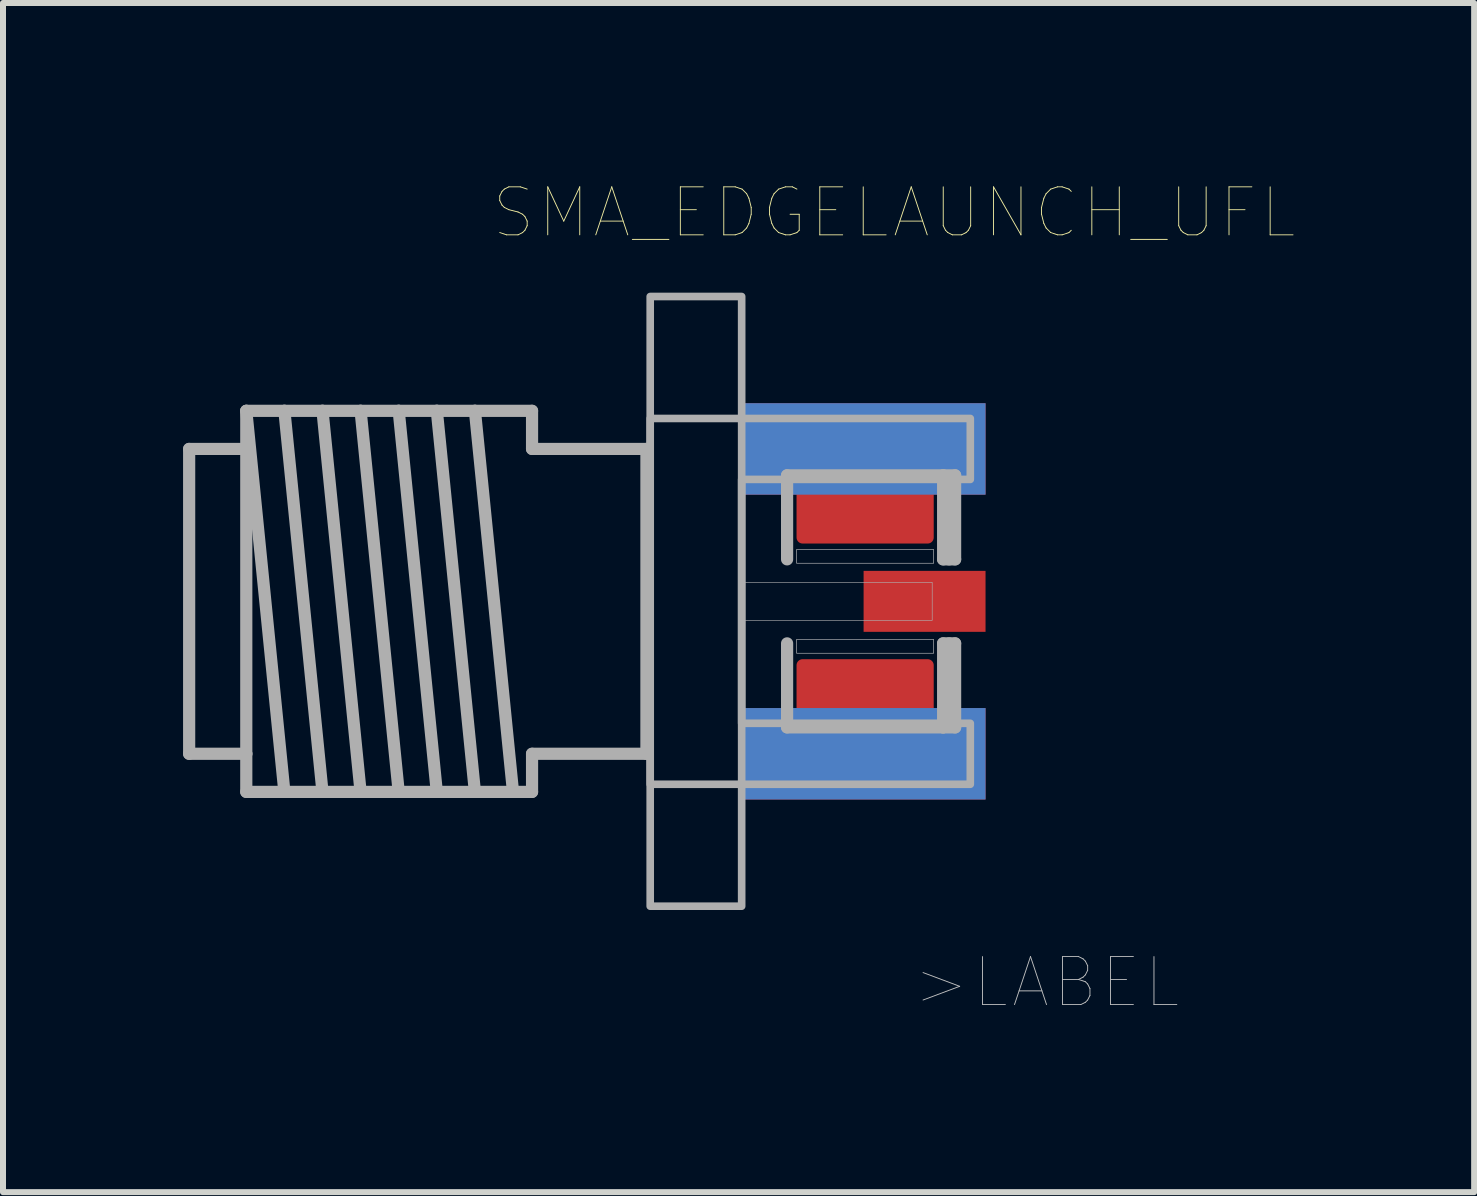
<source format=kicad_pcb>
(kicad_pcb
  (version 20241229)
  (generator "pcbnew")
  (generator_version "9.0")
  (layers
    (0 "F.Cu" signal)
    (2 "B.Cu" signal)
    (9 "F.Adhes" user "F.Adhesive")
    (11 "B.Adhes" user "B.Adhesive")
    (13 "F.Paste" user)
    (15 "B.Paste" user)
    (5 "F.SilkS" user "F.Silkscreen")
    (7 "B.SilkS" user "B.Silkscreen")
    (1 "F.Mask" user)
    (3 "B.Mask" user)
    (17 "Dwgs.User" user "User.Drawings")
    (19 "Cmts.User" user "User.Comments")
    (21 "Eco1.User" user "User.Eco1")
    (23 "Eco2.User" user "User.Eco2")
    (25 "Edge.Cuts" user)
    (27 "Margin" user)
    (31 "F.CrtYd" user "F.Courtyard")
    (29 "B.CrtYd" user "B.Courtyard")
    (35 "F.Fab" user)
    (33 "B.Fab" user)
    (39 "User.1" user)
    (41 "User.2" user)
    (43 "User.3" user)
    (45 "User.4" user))
  (footprint "SMA_EDGELAUNCH_UFL"
    (layer "F.Cu")
    (at 9.309 6.971)
    (property "Reference" "SMA_EDGELAUNCH_UFL" (at 2.54 -6.477 0) (layer "F.SilkS") (effects (font (size 0.8 0.8) (thickness 0.015))))
    (attr through_hole)
    (fp_poly (pts (xy 1.016 -1.065) (xy 1.016 -3.175) (xy 3.099 -3.175) (xy 3.099 -1.065)) (stroke (width 0.203) (type solid)) (fill yes) (layer "F.Cu"))
    (fp_poly (pts (xy 3.099 1.065) (xy 3.099 3.175) (xy 1.016 3.175) (xy 1.016 1.065)) (stroke (width 0.203) (type solid)) (fill yes) (layer "F.Cu"))
    (fp_poly (pts (xy 0.889 -1.853) (xy 3.226 -1.853) (xy 3.226 -0.938) (xy 0.889 -0.938)) (stroke (width 0.01) (type solid)) (fill yes) (layer "F.Mask"))
    (fp_poly (pts (xy 0.889 0.938) (xy 3.226 0.938) (xy 3.226 1.853) (xy 0.889 1.853)) (stroke (width 0.01) (type solid)) (fill yes) (layer "F.Mask"))
    (fp_poly (pts (xy 0.991 -1.802) (xy 3.124 -1.802) (xy 3.124 -0.989) (xy 0.991 -0.989)) (stroke (width 0.01) (type solid)) (fill yes) (layer "F.Paste"))
    (fp_poly (pts (xy 0.991 0.989) (xy 3.124 0.989) (xy 3.124 1.802) (xy 0.991 1.802)) (stroke (width 0.01) (type solid)) (fill yes) (layer "F.Paste"))
    (fp_poly (pts (xy 3.2 -0.483) (xy 3.962 -0.483) (xy 3.962 0.483) (xy 3.2 0.483)) (stroke (width 0.01) (type solid)) (fill yes) (layer "F.Paste"))
    (fp_poly (pts (xy 0.914 -0.864) (xy 3.2 -0.864) (xy 3.2 -0.635) (xy 0.914 -0.635)) (stroke (width 0.01) (type solid)) (fill no) (layer "Dwgs.User"))
    (fp_poly (pts (xy 0.914 0.635) (xy 3.2 0.635) (xy 3.2 0.864) (xy 0.914 0.864)) (stroke (width 0.01) (type solid)) (fill no) (layer "Dwgs.User"))
    (fp_line (start -9.207 -2.54) (end -8.255 -2.54) (stroke (width 0.203) (type solid)) (layer "F.Fab"))
    (fp_line (start -9.207 2.54) (end -9.207 -2.54) (stroke (width 0.203) (type solid)) (layer "F.Fab"))
    (fp_line (start -8.255 -3.175) (end -7.62 -3.175) (stroke (width 0.203) (type solid)) (layer "F.Fab"))
    (fp_line (start -8.255 -3.175) (end -7.62 3.175) (stroke (width 0.203) (type solid)) (layer "F.Fab"))
    (fp_line (start -8.255 -2.54) (end -8.255 -3.175) (stroke (width 0.203) (type solid)) (layer "F.Fab"))
    (fp_line (start -8.255 -2.54) (end -8.255 2.54) (stroke (width 0.203) (type solid)) (layer "F.Fab"))
    (fp_line (start -8.255 2.54) (end -9.207 2.54) (stroke (width 0.203) (type solid)) (layer "F.Fab"))
    (fp_line (start -8.255 3.175) (end -8.255 2.54) (stroke (width 0.203) (type solid)) (layer "F.Fab"))
    (fp_line (start -7.62 -3.175) (end -6.985 -3.175) (stroke (width 0.203) (type solid)) (layer "F.Fab"))
    (fp_line (start -7.62 -3.175) (end -6.985 3.175) (stroke (width 0.203) (type solid)) (layer "F.Fab"))
    (fp_line (start -7.62 3.175) (end -8.255 3.175) (stroke (width 0.203) (type solid)) (layer "F.Fab"))
    (fp_line (start -6.985 -3.175) (end -6.35 -3.175) (stroke (width 0.203) (type solid)) (layer "F.Fab"))
    (fp_line (start -6.985 -3.175) (end -6.35 3.175) (stroke (width 0.203) (type solid)) (layer "F.Fab"))
    (fp_line (start -6.985 3.175) (end -7.62 3.175) (stroke (width 0.203) (type solid)) (layer "F.Fab"))
    (fp_line (start -6.35 -3.175) (end -5.715 -3.175) (stroke (width 0.203) (type solid)) (layer "F.Fab"))
    (fp_line (start -6.35 -3.175) (end -5.715 3.175) (stroke (width 0.203) (type solid)) (layer "F.Fab"))
    (fp_line (start -6.35 3.175) (end -6.985 3.175) (stroke (width 0.203) (type solid)) (layer "F.Fab"))
    (fp_line (start -5.715 -3.175) (end -5.08 -3.175) (stroke (width 0.203) (type solid)) (layer "F.Fab"))
    (fp_line (start -5.715 -3.175) (end -5.08 3.175) (stroke (width 0.203) (type solid)) (layer "F.Fab"))
    (fp_line (start -5.715 3.175) (end -6.35 3.175) (stroke (width 0.203) (type solid)) (layer "F.Fab"))
    (fp_line (start -5.08 -3.175) (end -4.445 -3.175) (stroke (width 0.203) (type solid)) (layer "F.Fab"))
    (fp_line (start -5.08 -3.175) (end -4.445 3.175) (stroke (width 0.203) (type solid)) (layer "F.Fab"))
    (fp_line (start -5.08 3.175) (end -5.715 3.175) (stroke (width 0.203) (type solid)) (layer "F.Fab"))
    (fp_line (start -4.445 -3.175) (end -3.81 3.175) (stroke (width 0.203) (type solid)) (layer "F.Fab"))
    (fp_line (start -4.445 -3.175) (end -3.493 -3.175) (stroke (width 0.203) (type solid)) (layer "F.Fab"))
    (fp_line (start -4.445 3.175) (end -5.08 3.175) (stroke (width 0.203) (type solid)) (layer "F.Fab"))
    (fp_line (start -3.493 -3.175) (end -3.493 -2.54) (stroke (width 0.203) (type solid)) (layer "F.Fab"))
    (fp_line (start -3.493 -2.54) (end -1.587 -2.54) (stroke (width 0.203) (type solid)) (layer "F.Fab"))
    (fp_line (start -3.493 2.54) (end -3.493 3.175) (stroke (width 0.203) (type solid)) (layer "F.Fab"))
    (fp_line (start -3.493 3.175) (end -4.445 3.175) (stroke (width 0.203) (type solid)) (layer "F.Fab"))
    (fp_line (start -1.587 -2.54) (end -1.587 2.54) (stroke (width 0.203) (type solid)) (layer "F.Fab"))
    (fp_line (start -1.587 2.54) (end -3.493 2.54) (stroke (width 0.203) (type solid)) (layer "F.Fab"))
    (fp_line (start 0.757 -0.7) (end 0.757 -2.1) (stroke (width 0.203) (type solid)) (layer "F.Fab"))
    (fp_line (start 0.757 2.1) (end 0.757 0.7) (stroke (width 0.203) (type solid)) (layer "F.Fab"))
    (fp_line (start 0.757 2.1) (end 3.357 2.1) (stroke (width 0.203) (type solid)) (layer "F.Fab"))
    (fp_line (start 3.357 -2.1) (end 0.757 -2.1) (stroke (width 0.203) (type solid)) (layer "F.Fab"))
    (fp_line (start 3.357 -0.7) (end 3.357 -2.1) (stroke (width 0.203) (type solid)) (layer "F.Fab"))
    (fp_line (start 3.357 2.1) (end 3.357 0.7) (stroke (width 0.203) (type solid)) (layer "F.Fab"))
    (fp_line (start 3.457 -0.7) (end 3.457 -2) (stroke (width 0.203) (type solid)) (layer "F.Fab"))
    (fp_line (start 3.457 2) (end 3.457 0.7) (stroke (width 0.203) (type solid)) (layer "F.Fab"))
    (fp_line (start 3.557 -2.1) (end 3.357 -2.1) (stroke (width 0.203) (type solid)) (layer "F.Fab"))
    (fp_line (start 3.557 -0.7) (end 3.357 -0.7) (stroke (width 0.203) (type solid)) (layer "F.Fab"))
    (fp_line (start 3.557 -0.7) (end 3.557 -2.1) (stroke (width 0.203) (type solid)) (layer "F.Fab"))
    (fp_line (start 3.557 0.7) (end 3.357 0.7) (stroke (width 0.203) (type solid)) (layer "F.Fab"))
    (fp_line (start 3.557 2.1) (end 3.357 2.1) (stroke (width 0.203) (type solid)) (layer "F.Fab"))
    (fp_line (start 3.557 2.1) (end 3.557 0.7) (stroke (width 0.203) (type solid)) (layer "F.Fab"))
    (fp_poly (pts (xy -1.524 -5.08) (xy 0 -5.08) (xy 0 5.08) (xy -1.524 5.08)) (stroke (width 0.127) (type solid)) (fill no) (layer "F.Fab"))
    (fp_poly (pts (xy 0 -0.318) (xy 3.175 -0.318) (xy 3.175 0.318) (xy 0 0.318)) (stroke (width 0.01) (type solid)) (fill no) (layer "F.Fab"))
    (fp_poly (pts (xy -1.524 -3.048) (xy 3.81 -3.048) (xy 3.81 -2.032) (xy 0 -2.032) (xy 0 2.032) (xy 3.81 2.032) (xy 3.81 3.048) (xy -1.524 3.048)) (stroke (width 0.127) (type solid)) (fill no) (layer "F.Fab"))
    (fp_text user ">LABEL" (at 5.08 6.35 0) (layer "Dwgs.User") (effects (font (size 0.8 0.8) (thickness 0.015))))
    (pad "GND@1" smd rect (at 2.032 2.54) (size 4.064 1.524) (layers "F.Cu" "F.Mask"))
    (pad "GND@2" smd rect (at 2.032 -2.54) (size 4.064 1.524) (layers "F.Cu" "F.Mask"))
    (pad "GND@3" smd rect (at 2.032 -2.54) (size 4.064 1.524) (layers "B.Cu" "B.Mask"))
    (pad "GND@4" smd rect (at 2.032 2.54) (size 4.064 1.524) (layers "B.Cu" "B.Mask"))
    (pad "P" smd rect (at 3.048 0) (size 2.032 1.016) (layers "F.Cu" "F.Mask")))
  (gr_rect
    (start -3 -3)
    (end 21.515 16.816)
    (stroke (width 0.1) (type default))
    (fill no)
    (layer "Edge.Cuts")))
</source>
